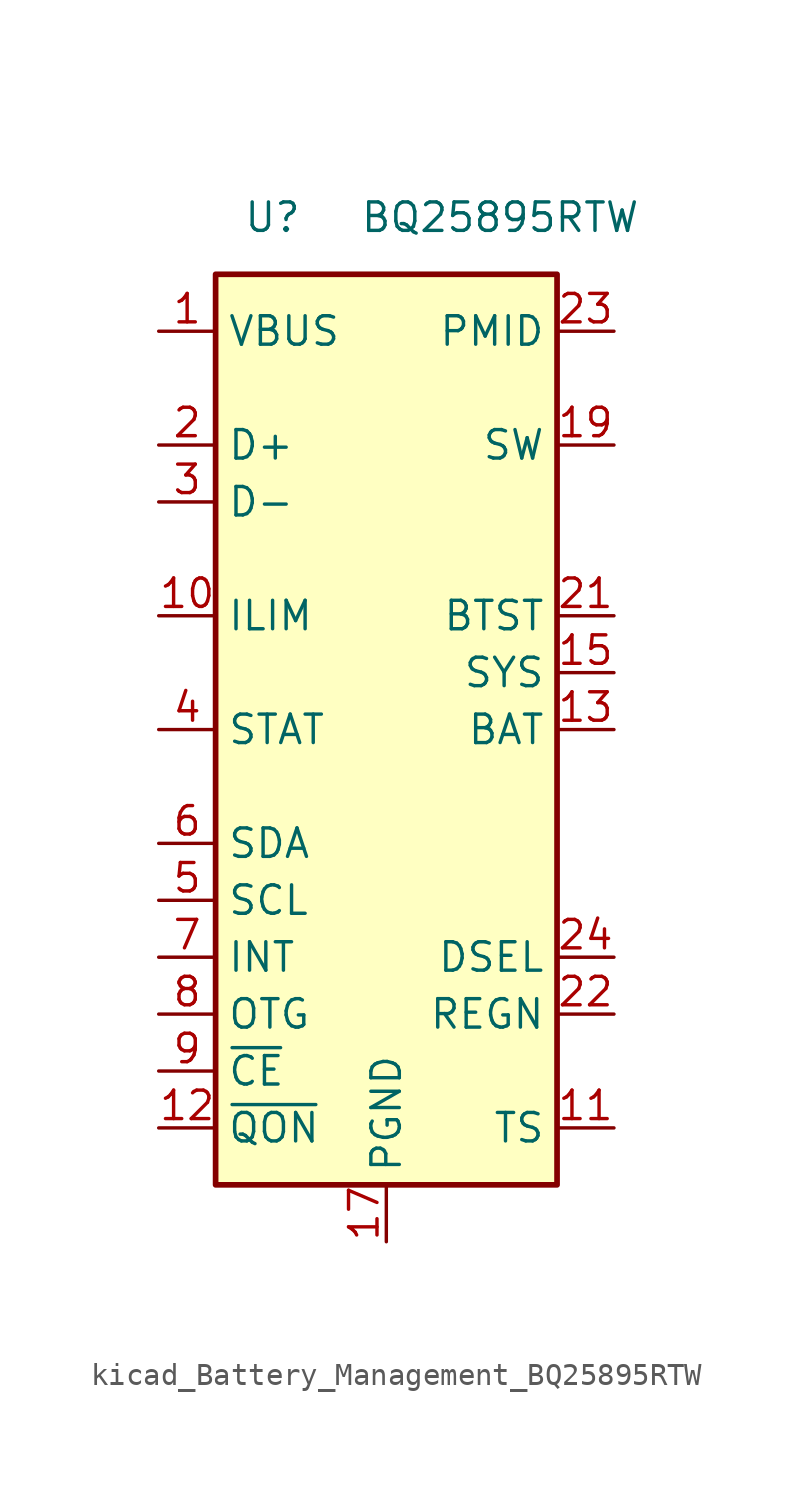
<source format=kicad_sym>
(kicad_symbol_lib
  (version 20220914)
  (generator kicad_symbol_editor)
  (symbol "kicad_Battery_Management_BQ25895RTW"
    (property "Reference" "U"
      (at -5.08 22.86 0)
      (effects (font (size 1.27 1.27))))
    (property "Value" "BQ25895RTW"
      (at 5.08 22.86 0)
      (effects (font (size 1.27 1.27))))
    (symbol "kicad_Battery_Management_BQ25895RTW_0_1"
      (rectangle (start -7.62 20.32) (end 7.62 -20.32) (stroke (width 0.254) (type default)) (fill (type background))))
    (symbol "kicad_Battery_Management_BQ25895RTW_1_1"
      (pin power_in line (at -10.16 17.78 0) (length 2.54) (name "VBUS" (effects (font (size 1.27 1.27)))) (number "1" (effects (font (size 1.27 1.27)))))
      (pin passive line (at -10.16 5.08 0) (length 2.54) (name "ILIM" (effects (font (size 1.27 1.27)))) (number "10" (effects (font (size 1.27 1.27)))))
      (pin passive line (at 10.16 -17.78 180) (length 2.54) (name "TS" (effects (font (size 1.27 1.27)))) (number "11" (effects (font (size 1.27 1.27)))))
      (pin input line (at -10.16 -17.78 0) (length 2.54) (name "~{QON}" (effects (font (size 1.27 1.27)))) (number "12" (effects (font (size 1.27 1.27)))))
      (pin passive line (at 10.16 0 180) (length 2.54) (name "BAT" (effects (font (size 1.27 1.27)))) (number "13" (effects (font (size 1.27 1.27)))))
      (pin passive line (at 10.16 0 180) (length 2.54) hide (name "BAT" (effects (font (size 1.27 1.27)))) (number "14" (effects (font (size 1.27 1.27)))))
      (pin passive line (at 10.16 2.54 180) (length 2.54) (name "SYS" (effects (font (size 1.27 1.27)))) (number "15" (effects (font (size 1.27 1.27)))))
      (pin passive line (at 10.16 2.54 180) (length 2.54) hide (name "SYS" (effects (font (size 1.27 1.27)))) (number "16" (effects (font (size 1.27 1.27)))))
      (pin power_in line (at 0 -22.86 90) (length 2.54) (name "PGND" (effects (font (size 1.27 1.27)))) (number "17" (effects (font (size 1.27 1.27)))))
      (pin passive line (at 0 -22.86 90) (length 2.54) hide (name "PGND" (effects (font (size 1.27 1.27)))) (number "18" (effects (font (size 1.27 1.27)))))
      (pin power_out line (at 10.16 12.7 180) (length 2.54) (name "SW" (effects (font (size 1.27 1.27)))) (number "19" (effects (font (size 1.27 1.27)))))
      (pin bidirectional line (at -10.16 12.7 0) (length 2.54) (name "D+" (effects (font (size 1.27 1.27)))) (number "2" (effects (font (size 1.27 1.27)))))
      (pin passive line (at 10.16 12.7 180) (length 2.54) hide (name "SW" (effects (font (size 1.27 1.27)))) (number "20" (effects (font (size 1.27 1.27)))))
      (pin passive line (at 10.16 5.08 180) (length 2.54) (name "BTST" (effects (font (size 1.27 1.27)))) (number "21" (effects (font (size 1.27 1.27)))))
      (pin passive line (at 10.16 -12.7 180) (length 2.54) (name "REGN" (effects (font (size 1.27 1.27)))) (number "22" (effects (font (size 1.27 1.27)))))
      (pin power_out line (at 10.16 17.78 180) (length 2.54) (name "PMID" (effects (font (size 1.27 1.27)))) (number "23" (effects (font (size 1.27 1.27)))))
      (pin open_collector line (at 10.16 -10.16 180) (length 2.54) (name "DSEL" (effects (font (size 1.27 1.27)))) (number "24" (effects (font (size 1.27 1.27)))))
      (pin passive line (at 0 -22.86 90) (length 2.54) hide (name "PGND" (effects (font (size 1.27 1.27)))) (number "25" (effects (font (size 1.27 1.27)))))
      (pin bidirectional line (at -10.16 10.16 0) (length 2.54) (name "D-" (effects (font (size 1.27 1.27)))) (number "3" (effects (font (size 1.27 1.27)))))
      (pin open_collector line (at -10.16 0 0) (length 2.54) (name "STAT" (effects (font (size 1.27 1.27)))) (number "4" (effects (font (size 1.27 1.27)))))
      (pin input line (at -10.16 -7.62 0) (length 2.54) (name "SCL" (effects (font (size 1.27 1.27)))) (number "5" (effects (font (size 1.27 1.27)))))
      (pin bidirectional line (at -10.16 -5.08 0) (length 2.54) (name "SDA" (effects (font (size 1.27 1.27)))) (number "6" (effects (font (size 1.27 1.27)))))
      (pin open_collector line (at -10.16 -10.16 0) (length 2.54) (name "INT" (effects (font (size 1.27 1.27)))) (number "7" (effects (font (size 1.27 1.27)))))
      (pin input line (at -10.16 -12.7 0) (length 2.54) (name "OTG" (effects (font (size 1.27 1.27)))) (number "8" (effects (font (size 1.27 1.27)))))
      (pin input line (at -10.16 -15.24 0) (length 2.54) (name "~{CE}" (effects (font (size 1.27 1.27)))) (number "9" (effects (font (size 1.27 1.27))))))))
</source>
